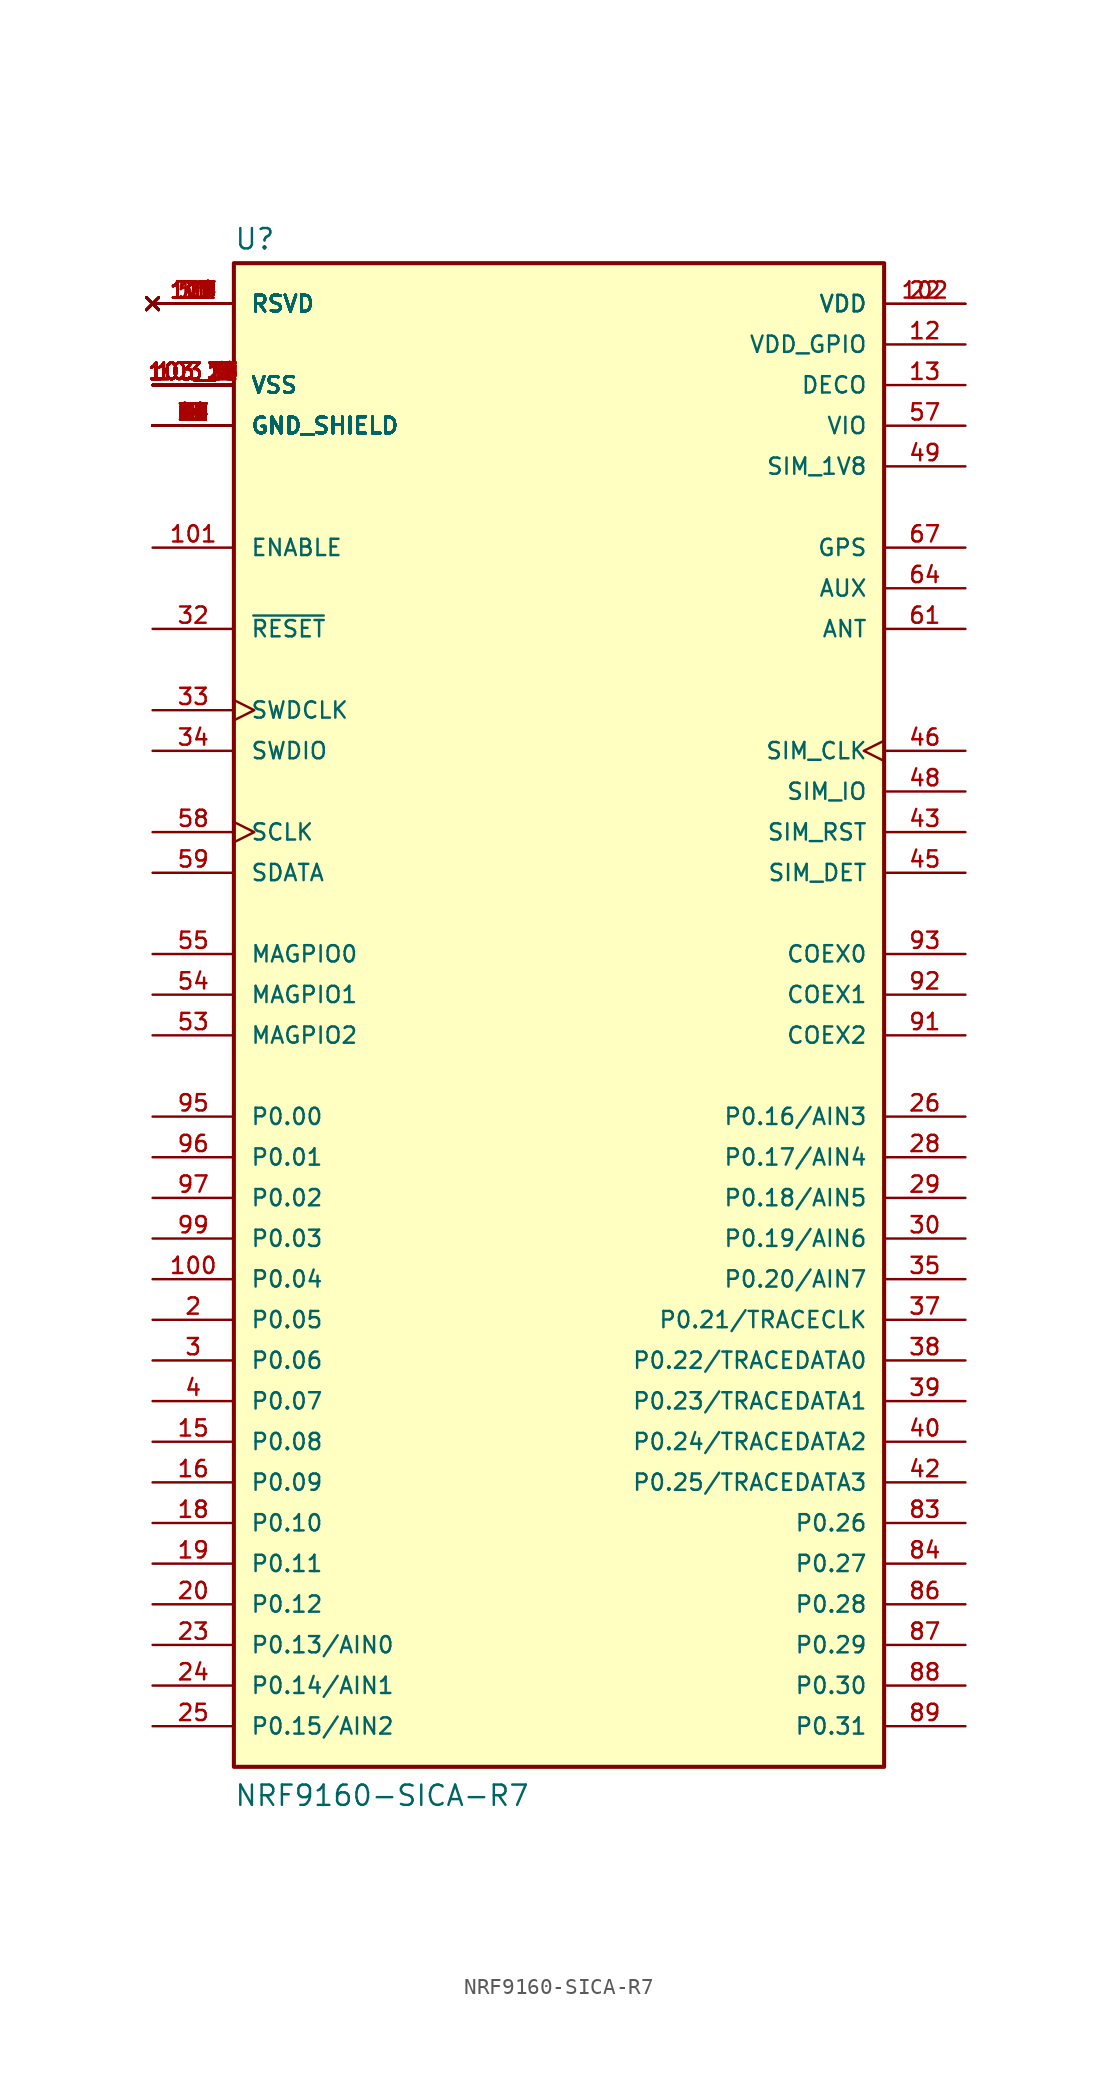
<source format=kicad_sym>
(kicad_symbol_lib
  (version 20211014)
  (generator kicad_symbol_editor)
  (symbol "NRF9160-SICA-R7"
    (pin_names
      (offset 1.016))
    (property "Reference" "U"
      (at 0 0.762 0)
      (effects (font (size 1.27 1.27)) (justify left bottom)))
    (property "Value" "NRF9160-SICA-R7"
      (at 0 -96.52 0)
      (effects (font (size 1.27 1.27)) (justify left bottom)))
    (symbol "NRF9160-SICA-R7_0_0"
      (rectangle (start 0 0) (end 40.64 -93.98) (stroke (width 0.254) (type default) (color 0 0 0 0)) (fill (type background)))
      (pin power_in line (at -5.08 -10.16 0) (length 5.08) (name "GND_SHIELD" (effects (font (size 1.016 1.016)))) (number "1" (effects (font (size 1.016 1.016)))))
      (pin no_connect line (at -5.08 -2.54 0) (length 5.08) (name "RSVD" (effects (font (size 1.016 1.016)))) (number "10" (effects (font (size 1.016 1.016)))))
      (pin bidirectional line (at -5.08 -63.5 0) (length 5.08) (name "P0.04" (effects (font (size 1.016 1.016)))) (number "100" (effects (font (size 1.016 1.016)))))
      (pin input line (at -5.08 -17.78 0) (length 5.08) (name "ENABLE" (effects (font (size 1.016 1.016)))) (number "101" (effects (font (size 1.016 1.016)))))
      (pin power_in line (at 45.72 -2.54 180) (length 5.08) (name "VDD" (effects (font (size 1.016 1.016)))) (number "102" (effects (font (size 1.016 1.016)))))
      (pin power_in line (at -5.08 -7.62 0) (length 5.08) (name "VSS" (effects (font (size 1.016 1.016)))) (number "103_1" (effects (font (size 1.016 1.016)))))
      (pin power_in line (at -5.08 -7.62 0) (length 5.08) (name "VSS" (effects (font (size 1.016 1.016)))) (number "103_10" (effects (font (size 1.016 1.016)))))
      (pin power_in line (at -5.08 -7.62 0) (length 5.08) (name "VSS" (effects (font (size 1.016 1.016)))) (number "103_11" (effects (font (size 1.016 1.016)))))
      (pin power_in line (at -5.08 -7.62 0) (length 5.08) (name "VSS" (effects (font (size 1.016 1.016)))) (number "103_12" (effects (font (size 1.016 1.016)))))
      (pin power_in line (at -5.08 -7.62 0) (length 5.08) (name "VSS" (effects (font (size 1.016 1.016)))) (number "103_13" (effects (font (size 1.016 1.016)))))
      (pin power_in line (at -5.08 -7.62 0) (length 5.08) (name "VSS" (effects (font (size 1.016 1.016)))) (number "103_14" (effects (font (size 1.016 1.016)))))
      (pin power_in line (at -5.08 -7.62 0) (length 5.08) (name "VSS" (effects (font (size 1.016 1.016)))) (number "103_15" (effects (font (size 1.016 1.016)))))
      (pin power_in line (at -5.08 -7.62 0) (length 5.08) (name "VSS" (effects (font (size 1.016 1.016)))) (number "103_16" (effects (font (size 1.016 1.016)))))
      (pin power_in line (at -5.08 -7.62 0) (length 5.08) (name "VSS" (effects (font (size 1.016 1.016)))) (number "103_17" (effects (font (size 1.016 1.016)))))
      (pin power_in line (at -5.08 -7.62 0) (length 5.08) (name "VSS" (effects (font (size 1.016 1.016)))) (number "103_18" (effects (font (size 1.016 1.016)))))
      (pin power_in line (at -5.08 -7.62 0) (length 5.08) (name "VSS" (effects (font (size 1.016 1.016)))) (number "103_19" (effects (font (size 1.016 1.016)))))
      (pin power_in line (at -5.08 -7.62 0) (length 5.08) (name "VSS" (effects (font (size 1.016 1.016)))) (number "103_2" (effects (font (size 1.016 1.016)))))
      (pin power_in line (at -5.08 -7.62 0) (length 5.08) (name "VSS" (effects (font (size 1.016 1.016)))) (number "103_20" (effects (font (size 1.016 1.016)))))
      (pin power_in line (at -5.08 -7.62 0) (length 5.08) (name "VSS" (effects (font (size 1.016 1.016)))) (number "103_21" (effects (font (size 1.016 1.016)))))
      (pin power_in line (at -5.08 -7.62 0) (length 5.08) (name "VSS" (effects (font (size 1.016 1.016)))) (number "103_22" (effects (font (size 1.016 1.016)))))
      (pin power_in line (at -5.08 -7.62 0) (length 5.08) (name "VSS" (effects (font (size 1.016 1.016)))) (number "103_23" (effects (font (size 1.016 1.016)))))
      (pin power_in line (at -5.08 -7.62 0) (length 5.08) (name "VSS" (effects (font (size 1.016 1.016)))) (number "103_24" (effects (font (size 1.016 1.016)))))
      (pin power_in line (at -5.08 -7.62 0) (length 5.08) (name "VSS" (effects (font (size 1.016 1.016)))) (number "103_25" (effects (font (size 1.016 1.016)))))
      (pin power_in line (at -5.08 -7.62 0) (length 5.08) (name "VSS" (effects (font (size 1.016 1.016)))) (number "103_26" (effects (font (size 1.016 1.016)))))
      (pin power_in line (at -5.08 -7.62 0) (length 5.08) (name "VSS" (effects (font (size 1.016 1.016)))) (number "103_27" (effects (font (size 1.016 1.016)))))
      (pin power_in line (at -5.08 -7.62 0) (length 5.08) (name "VSS" (effects (font (size 1.016 1.016)))) (number "103_28" (effects (font (size 1.016 1.016)))))
      (pin power_in line (at -5.08 -7.62 0) (length 5.08) (name "VSS" (effects (font (size 1.016 1.016)))) (number "103_29" (effects (font (size 1.016 1.016)))))
      (pin power_in line (at -5.08 -7.62 0) (length 5.08) (name "VSS" (effects (font (size 1.016 1.016)))) (number "103_3" (effects (font (size 1.016 1.016)))))
      (pin power_in line (at -5.08 -7.62 0) (length 5.08) (name "VSS" (effects (font (size 1.016 1.016)))) (number "103_30" (effects (font (size 1.016 1.016)))))
      (pin power_in line (at -5.08 -7.62 0) (length 5.08) (name "VSS" (effects (font (size 1.016 1.016)))) (number "103_31" (effects (font (size 1.016 1.016)))))
      (pin power_in line (at -5.08 -7.62 0) (length 5.08) (name "VSS" (effects (font (size 1.016 1.016)))) (number "103_32" (effects (font (size 1.016 1.016)))))
      (pin power_in line (at -5.08 -7.62 0) (length 5.08) (name "VSS" (effects (font (size 1.016 1.016)))) (number "103_33" (effects (font (size 1.016 1.016)))))
      (pin power_in line (at -5.08 -7.62 0) (length 5.08) (name "VSS" (effects (font (size 1.016 1.016)))) (number "103_34" (effects (font (size 1.016 1.016)))))
      (pin power_in line (at -5.08 -7.62 0) (length 5.08) (name "VSS" (effects (font (size 1.016 1.016)))) (number "103_35" (effects (font (size 1.016 1.016)))))
      (pin power_in line (at -5.08 -7.62 0) (length 5.08) (name "VSS" (effects (font (size 1.016 1.016)))) (number "103_4" (effects (font (size 1.016 1.016)))))
      (pin power_in line (at -5.08 -7.62 0) (length 5.08) (name "VSS" (effects (font (size 1.016 1.016)))) (number "103_5" (effects (font (size 1.016 1.016)))))
      (pin power_in line (at -5.08 -7.62 0) (length 5.08) (name "VSS" (effects (font (size 1.016 1.016)))) (number "103_6" (effects (font (size 1.016 1.016)))))
      (pin power_in line (at -5.08 -7.62 0) (length 5.08) (name "VSS" (effects (font (size 1.016 1.016)))) (number "103_7" (effects (font (size 1.016 1.016)))))
      (pin power_in line (at -5.08 -7.62 0) (length 5.08) (name "VSS" (effects (font (size 1.016 1.016)))) (number "103_8" (effects (font (size 1.016 1.016)))))
      (pin power_in line (at -5.08 -7.62 0) (length 5.08) (name "VSS" (effects (font (size 1.016 1.016)))) (number "103_9" (effects (font (size 1.016 1.016)))))
      (pin no_connect line (at -5.08 -2.54 0) (length 5.08) (name "RSVD" (effects (font (size 1.016 1.016)))) (number "104" (effects (font (size 1.016 1.016)))))
      (pin no_connect line (at -5.08 -2.54 0) (length 5.08) (name "RSVD" (effects (font (size 1.016 1.016)))) (number "105" (effects (font (size 1.016 1.016)))))
      (pin no_connect line (at -5.08 -2.54 0) (length 5.08) (name "RSVD" (effects (font (size 1.016 1.016)))) (number "106" (effects (font (size 1.016 1.016)))))
      (pin no_connect line (at -5.08 -2.54 0) (length 5.08) (name "RSVD" (effects (font (size 1.016 1.016)))) (number "107" (effects (font (size 1.016 1.016)))))
      (pin no_connect line (at -5.08 -2.54 0) (length 5.08) (name "RSVD" (effects (font (size 1.016 1.016)))) (number "108" (effects (font (size 1.016 1.016)))))
      (pin no_connect line (at -5.08 -2.54 0) (length 5.08) (name "RSVD" (effects (font (size 1.016 1.016)))) (number "109" (effects (font (size 1.016 1.016)))))
      (pin power_in line (at -5.08 -10.16 0) (length 5.08) (name "GND_SHIELD" (effects (font (size 1.016 1.016)))) (number "11" (effects (font (size 1.016 1.016)))))
      (pin no_connect line (at -5.08 -2.54 0) (length 5.08) (name "RSVD" (effects (font (size 1.016 1.016)))) (number "110" (effects (font (size 1.016 1.016)))))
      (pin no_connect line (at -5.08 -2.54 0) (length 5.08) (name "RSVD" (effects (font (size 1.016 1.016)))) (number "111" (effects (font (size 1.016 1.016)))))
      (pin no_connect line (at -5.08 -2.54 0) (length 5.08) (name "RSVD" (effects (font (size 1.016 1.016)))) (number "112" (effects (font (size 1.016 1.016)))))
      (pin no_connect line (at -5.08 -2.54 0) (length 5.08) (name "RSVD" (effects (font (size 1.016 1.016)))) (number "113" (effects (font (size 1.016 1.016)))))
      (pin no_connect line (at -5.08 -2.54 0) (length 5.08) (name "RSVD" (effects (font (size 1.016 1.016)))) (number "114" (effects (font (size 1.016 1.016)))))
      (pin no_connect line (at -5.08 -2.54 0) (length 5.08) (name "RSVD" (effects (font (size 1.016 1.016)))) (number "115" (effects (font (size 1.016 1.016)))))
      (pin no_connect line (at -5.08 -2.54 0) (length 5.08) (name "RSVD" (effects (font (size 1.016 1.016)))) (number "116" (effects (font (size 1.016 1.016)))))
      (pin no_connect line (at -5.08 -2.54 0) (length 5.08) (name "RSVD" (effects (font (size 1.016 1.016)))) (number "117" (effects (font (size 1.016 1.016)))))
      (pin no_connect line (at -5.08 -2.54 0) (length 5.08) (name "RSVD" (effects (font (size 1.016 1.016)))) (number "118" (effects (font (size 1.016 1.016)))))
      (pin no_connect line (at -5.08 -2.54 0) (length 5.08) (name "RSVD" (effects (font (size 1.016 1.016)))) (number "119" (effects (font (size 1.016 1.016)))))
      (pin power_in line (at 45.72 -5.08 180) (length 5.08) (name "VDD_GPIO" (effects (font (size 1.016 1.016)))) (number "12" (effects (font (size 1.016 1.016)))))
      (pin no_connect line (at -5.08 -2.54 0) (length 5.08) (name "RSVD" (effects (font (size 1.016 1.016)))) (number "120" (effects (font (size 1.016 1.016)))))
      (pin no_connect line (at -5.08 -2.54 0) (length 5.08) (name "RSVD" (effects (font (size 1.016 1.016)))) (number "121" (effects (font (size 1.016 1.016)))))
      (pin no_connect line (at -5.08 -2.54 0) (length 5.08) (name "RSVD" (effects (font (size 1.016 1.016)))) (number "122" (effects (font (size 1.016 1.016)))))
      (pin no_connect line (at -5.08 -2.54 0) (length 5.08) (name "RSVD" (effects (font (size 1.016 1.016)))) (number "123" (effects (font (size 1.016 1.016)))))
      (pin no_connect line (at -5.08 -2.54 0) (length 5.08) (name "RSVD" (effects (font (size 1.016 1.016)))) (number "124" (effects (font (size 1.016 1.016)))))
      (pin no_connect line (at -5.08 -2.54 0) (length 5.08) (name "RSVD" (effects (font (size 1.016 1.016)))) (number "125" (effects (font (size 1.016 1.016)))))
      (pin no_connect line (at -5.08 -2.54 0) (length 5.08) (name "RSVD" (effects (font (size 1.016 1.016)))) (number "126" (effects (font (size 1.016 1.016)))))
      (pin no_connect line (at -5.08 -2.54 0) (length 5.08) (name "RSVD" (effects (font (size 1.016 1.016)))) (number "127" (effects (font (size 1.016 1.016)))))
      (pin power_in line (at 45.72 -7.62 180) (length 5.08) (name "DECO" (effects (font (size 1.016 1.016)))) (number "13" (effects (font (size 1.016 1.016)))))
      (pin power_in line (at -5.08 -10.16 0) (length 5.08) (name "GND_SHIELD" (effects (font (size 1.016 1.016)))) (number "14" (effects (font (size 1.016 1.016)))))
      (pin bidirectional line (at -5.08 -73.66 0) (length 5.08) (name "P0.08" (effects (font (size 1.016 1.016)))) (number "15" (effects (font (size 1.016 1.016)))))
      (pin bidirectional line (at -5.08 -76.2 0) (length 5.08) (name "P0.09" (effects (font (size 1.016 1.016)))) (number "16" (effects (font (size 1.016 1.016)))))
      (pin power_in line (at -5.08 -10.16 0) (length 5.08) (name "GND_SHIELD" (effects (font (size 1.016 1.016)))) (number "17" (effects (font (size 1.016 1.016)))))
      (pin bidirectional line (at -5.08 -78.74 0) (length 5.08) (name "P0.10" (effects (font (size 1.016 1.016)))) (number "18" (effects (font (size 1.016 1.016)))))
      (pin bidirectional line (at -5.08 -81.28 0) (length 5.08) (name "P0.11" (effects (font (size 1.016 1.016)))) (number "19" (effects (font (size 1.016 1.016)))))
      (pin bidirectional line (at -5.08 -66.04 0) (length 5.08) (name "P0.05" (effects (font (size 1.016 1.016)))) (number "2" (effects (font (size 1.016 1.016)))))
      (pin bidirectional line (at -5.08 -83.82 0) (length 5.08) (name "P0.12" (effects (font (size 1.016 1.016)))) (number "20" (effects (font (size 1.016 1.016)))))
      (pin power_in line (at -5.08 -10.16 0) (length 5.08) (name "GND_SHIELD" (effects (font (size 1.016 1.016)))) (number "21" (effects (font (size 1.016 1.016)))))
      (pin power_in line (at 45.72 -2.54 180) (length 5.08) (name "VDD" (effects (font (size 1.016 1.016)))) (number "22" (effects (font (size 1.016 1.016)))))
      (pin bidirectional line (at -5.08 -86.36 0) (length 5.08) (name "P0.13/AIN0" (effects (font (size 1.016 1.016)))) (number "23" (effects (font (size 1.016 1.016)))))
      (pin bidirectional line (at -5.08 -88.9 0) (length 5.08) (name "P0.14/AIN1" (effects (font (size 1.016 1.016)))) (number "24" (effects (font (size 1.016 1.016)))))
      (pin bidirectional line (at -5.08 -91.44 0) (length 5.08) (name "P0.15/AIN2" (effects (font (size 1.016 1.016)))) (number "25" (effects (font (size 1.016 1.016)))))
      (pin bidirectional line (at 45.72 -53.34 180) (length 5.08) (name "P0.16/AIN3" (effects (font (size 1.016 1.016)))) (number "26" (effects (font (size 1.016 1.016)))))
      (pin power_in line (at -5.08 -10.16 0) (length 5.08) (name "GND_SHIELD" (effects (font (size 1.016 1.016)))) (number "27" (effects (font (size 1.016 1.016)))))
      (pin bidirectional line (at 45.72 -55.88 180) (length 5.08) (name "P0.17/AIN4" (effects (font (size 1.016 1.016)))) (number "28" (effects (font (size 1.016 1.016)))))
      (pin bidirectional line (at 45.72 -58.42 180) (length 5.08) (name "P0.18/AIN5" (effects (font (size 1.016 1.016)))) (number "29" (effects (font (size 1.016 1.016)))))
      (pin bidirectional line (at -5.08 -68.58 0) (length 5.08) (name "P0.06" (effects (font (size 1.016 1.016)))) (number "3" (effects (font (size 1.016 1.016)))))
      (pin bidirectional line (at 45.72 -60.96 180) (length 5.08) (name "P0.19/AIN6" (effects (font (size 1.016 1.016)))) (number "30" (effects (font (size 1.016 1.016)))))
      (pin power_in line (at -5.08 -10.16 0) (length 5.08) (name "GND_SHIELD" (effects (font (size 1.016 1.016)))) (number "31" (effects (font (size 1.016 1.016)))))
      (pin input line (at -5.08 -22.86 0) (length 5.08) (name "~{RESET}" (effects (font (size 1.016 1.016)))) (number "32" (effects (font (size 1.016 1.016)))))
      (pin input clock (at -5.08 -27.94 0) (length 5.08) (name "SWDCLK" (effects (font (size 1.016 1.016)))) (number "33" (effects (font (size 1.016 1.016)))))
      (pin bidirectional line (at -5.08 -30.48 0) (length 5.08) (name "SWDIO" (effects (font (size 1.016 1.016)))) (number "34" (effects (font (size 1.016 1.016)))))
      (pin bidirectional line (at 45.72 -63.5 180) (length 5.08) (name "P0.20/AIN7" (effects (font (size 1.016 1.016)))) (number "35" (effects (font (size 1.016 1.016)))))
      (pin power_in line (at -5.08 -10.16 0) (length 5.08) (name "GND_SHIELD" (effects (font (size 1.016 1.016)))) (number "36" (effects (font (size 1.016 1.016)))))
      (pin bidirectional line (at 45.72 -66.04 180) (length 5.08) (name "P0.21/TRACECLK" (effects (font (size 1.016 1.016)))) (number "37" (effects (font (size 1.016 1.016)))))
      (pin bidirectional line (at 45.72 -68.58 180) (length 5.08) (name "P0.22/TRACEDATA0" (effects (font (size 1.016 1.016)))) (number "38" (effects (font (size 1.016 1.016)))))
      (pin bidirectional line (at 45.72 -71.12 180) (length 5.08) (name "P0.23/TRACEDATA1" (effects (font (size 1.016 1.016)))) (number "39" (effects (font (size 1.016 1.016)))))
      (pin bidirectional line (at -5.08 -71.12 0) (length 5.08) (name "P0.07" (effects (font (size 1.016 1.016)))) (number "4" (effects (font (size 1.016 1.016)))))
      (pin bidirectional line (at 45.72 -73.66 180) (length 5.08) (name "P0.24/TRACEDATA2" (effects (font (size 1.016 1.016)))) (number "40" (effects (font (size 1.016 1.016)))))
      (pin power_in line (at -5.08 -10.16 0) (length 5.08) (name "GND_SHIELD" (effects (font (size 1.016 1.016)))) (number "41" (effects (font (size 1.016 1.016)))))
      (pin bidirectional line (at 45.72 -76.2 180) (length 5.08) (name "P0.25/TRACEDATA3" (effects (font (size 1.016 1.016)))) (number "42" (effects (font (size 1.016 1.016)))))
      (pin bidirectional line (at 45.72 -35.56 180) (length 5.08) (name "SIM_RST" (effects (font (size 1.016 1.016)))) (number "43" (effects (font (size 1.016 1.016)))))
      (pin power_in line (at -5.08 -10.16 0) (length 5.08) (name "GND_SHIELD" (effects (font (size 1.016 1.016)))) (number "44" (effects (font (size 1.016 1.016)))))
      (pin bidirectional line (at 45.72 -38.1 180) (length 5.08) (name "SIM_DET" (effects (font (size 1.016 1.016)))) (number "45" (effects (font (size 1.016 1.016)))))
      (pin bidirectional clock (at 45.72 -30.48 180) (length 5.08) (name "SIM_CLK" (effects (font (size 1.016 1.016)))) (number "46" (effects (font (size 1.016 1.016)))))
      (pin power_in line (at -5.08 -10.16 0) (length 5.08) (name "GND_SHIELD" (effects (font (size 1.016 1.016)))) (number "47" (effects (font (size 1.016 1.016)))))
      (pin bidirectional line (at 45.72 -33.02 180) (length 5.08) (name "SIM_IO" (effects (font (size 1.016 1.016)))) (number "48" (effects (font (size 1.016 1.016)))))
      (pin power_in line (at 45.72 -12.7 180) (length 5.08) (name "SIM_1V8" (effects (font (size 1.016 1.016)))) (number "49" (effects (font (size 1.016 1.016)))))
      (pin power_in line (at -5.08 -10.16 0) (length 5.08) (name "GND_SHIELD" (effects (font (size 1.016 1.016)))) (number "5" (effects (font (size 1.016 1.016)))))
      (pin power_in line (at -5.08 -10.16 0) (length 5.08) (name "GND_SHIELD" (effects (font (size 1.016 1.016)))) (number "50" (effects (font (size 1.016 1.016)))))
      (pin no_connect line (at -5.08 -2.54 0) (length 5.08) (name "RSVD" (effects (font (size 1.016 1.016)))) (number "51" (effects (font (size 1.016 1.016)))))
      (pin power_in line (at -5.08 -10.16 0) (length 5.08) (name "GND_SHIELD" (effects (font (size 1.016 1.016)))) (number "52" (effects (font (size 1.016 1.016)))))
      (pin bidirectional line (at -5.08 -48.26 0) (length 5.08) (name "MAGPIO2" (effects (font (size 1.016 1.016)))) (number "53" (effects (font (size 1.016 1.016)))))
      (pin bidirectional line (at -5.08 -45.72 0) (length 5.08) (name "MAGPIO1" (effects (font (size 1.016 1.016)))) (number "54" (effects (font (size 1.016 1.016)))))
      (pin bidirectional line (at -5.08 -43.18 0) (length 5.08) (name "MAGPIO0" (effects (font (size 1.016 1.016)))) (number "55" (effects (font (size 1.016 1.016)))))
      (pin power_in line (at -5.08 -10.16 0) (length 5.08) (name "GND_SHIELD" (effects (font (size 1.016 1.016)))) (number "56" (effects (font (size 1.016 1.016)))))
      (pin power_in line (at 45.72 -10.16 180) (length 5.08) (name "VIO" (effects (font (size 1.016 1.016)))) (number "57" (effects (font (size 1.016 1.016)))))
      (pin bidirectional clock (at -5.08 -35.56 0) (length 5.08) (name "SCLK" (effects (font (size 1.016 1.016)))) (number "58" (effects (font (size 1.016 1.016)))))
      (pin bidirectional line (at -5.08 -38.1 0) (length 5.08) (name "SDATA" (effects (font (size 1.016 1.016)))) (number "59" (effects (font (size 1.016 1.016)))))
      (pin power_in line (at -5.08 -10.16 0) (length 5.08) (name "GND_SHIELD" (effects (font (size 1.016 1.016)))) (number "6" (effects (font (size 1.016 1.016)))))
      (pin power_in line (at -5.08 -10.16 0) (length 5.08) (name "GND_SHIELD" (effects (font (size 1.016 1.016)))) (number "60" (effects (font (size 1.016 1.016)))))
      (pin bidirectional line (at 45.72 -22.86 180) (length 5.08) (name "ANT" (effects (font (size 1.016 1.016)))) (number "61" (effects (font (size 1.016 1.016)))))
      (pin power_in line (at -5.08 -10.16 0) (length 5.08) (name "GND_SHIELD" (effects (font (size 1.016 1.016)))) (number "62" (effects (font (size 1.016 1.016)))))
      (pin power_in line (at -5.08 -10.16 0) (length 5.08) (name "GND_SHIELD" (effects (font (size 1.016 1.016)))) (number "63" (effects (font (size 1.016 1.016)))))
      (pin output line (at 45.72 -20.32 180) (length 5.08) (name "AUX" (effects (font (size 1.016 1.016)))) (number "64" (effects (font (size 1.016 1.016)))))
      (pin power_in line (at -5.08 -10.16 0) (length 5.08) (name "GND_SHIELD" (effects (font (size 1.016 1.016)))) (number "65" (effects (font (size 1.016 1.016)))))
      (pin power_in line (at -5.08 -10.16 0) (length 5.08) (name "GND_SHIELD" (effects (font (size 1.016 1.016)))) (number "66" (effects (font (size 1.016 1.016)))))
      (pin input line (at 45.72 -17.78 180) (length 5.08) (name "GPS" (effects (font (size 1.016 1.016)))) (number "67" (effects (font (size 1.016 1.016)))))
      (pin power_in line (at -5.08 -10.16 0) (length 5.08) (name "GND_SHIELD" (effects (font (size 1.016 1.016)))) (number "68" (effects (font (size 1.016 1.016)))))
      (pin power_in line (at -5.08 -10.16 0) (length 5.08) (name "GND_SHIELD" (effects (font (size 1.016 1.016)))) (number "69" (effects (font (size 1.016 1.016)))))
      (pin power_in line (at -5.08 -10.16 0) (length 5.08) (name "GND_SHIELD" (effects (font (size 1.016 1.016)))) (number "7" (effects (font (size 1.016 1.016)))))
      (pin no_connect line (at -5.08 -2.54 0) (length 5.08) (name "RSVD" (effects (font (size 1.016 1.016)))) (number "70" (effects (font (size 1.016 1.016)))))
      (pin no_connect line (at -5.08 -2.54 0) (length 5.08) (name "RSVD" (effects (font (size 1.016 1.016)))) (number "71" (effects (font (size 1.016 1.016)))))
      (pin power_in line (at -5.08 -10.16 0) (length 5.08) (name "GND_SHIELD" (effects (font (size 1.016 1.016)))) (number "72" (effects (font (size 1.016 1.016)))))
      (pin no_connect line (at -5.08 -2.54 0) (length 5.08) (name "RSVD" (effects (font (size 1.016 1.016)))) (number "73" (effects (font (size 1.016 1.016)))))
      (pin power_in line (at -5.08 -10.16 0) (length 5.08) (name "GND_SHIELD" (effects (font (size 1.016 1.016)))) (number "74" (effects (font (size 1.016 1.016)))))
      (pin power_in line (at -5.08 -10.16 0) (length 5.08) (name "GND_SHIELD" (effects (font (size 1.016 1.016)))) (number "75" (effects (font (size 1.016 1.016)))))
      (pin power_in line (at -5.08 -10.16 0) (length 5.08) (name "GND_SHIELD" (effects (font (size 1.016 1.016)))) (number "76" (effects (font (size 1.016 1.016)))))
      (pin power_in line (at -5.08 -10.16 0) (length 5.08) (name "GND_SHIELD" (effects (font (size 1.016 1.016)))) (number "77" (effects (font (size 1.016 1.016)))))
      (pin power_in line (at -5.08 -10.16 0) (length 5.08) (name "GND_SHIELD" (effects (font (size 1.016 1.016)))) (number "78" (effects (font (size 1.016 1.016)))))
      (pin power_in line (at -5.08 -10.16 0) (length 5.08) (name "GND_SHIELD" (effects (font (size 1.016 1.016)))) (number "79" (effects (font (size 1.016 1.016)))))
      (pin power_in line (at -5.08 -10.16 0) (length 5.08) (name "GND_SHIELD" (effects (font (size 1.016 1.016)))) (number "8" (effects (font (size 1.016 1.016)))))
      (pin power_in line (at -5.08 -10.16 0) (length 5.08) (name "GND_SHIELD" (effects (font (size 1.016 1.016)))) (number "80" (effects (font (size 1.016 1.016)))))
      (pin power_in line (at -5.08 -10.16 0) (length 5.08) (name "GND_SHIELD" (effects (font (size 1.016 1.016)))) (number "81" (effects (font (size 1.016 1.016)))))
      (pin power_in line (at -5.08 -10.16 0) (length 5.08) (name "GND_SHIELD" (effects (font (size 1.016 1.016)))) (number "82" (effects (font (size 1.016 1.016)))))
      (pin bidirectional line (at 45.72 -78.74 180) (length 5.08) (name "P0.26" (effects (font (size 1.016 1.016)))) (number "83" (effects (font (size 1.016 1.016)))))
      (pin bidirectional line (at 45.72 -81.28 180) (length 5.08) (name "P0.27" (effects (font (size 1.016 1.016)))) (number "84" (effects (font (size 1.016 1.016)))))
      (pin power_in line (at -5.08 -10.16 0) (length 5.08) (name "GND_SHIELD" (effects (font (size 1.016 1.016)))) (number "85" (effects (font (size 1.016 1.016)))))
      (pin bidirectional line (at 45.72 -83.82 180) (length 5.08) (name "P0.28" (effects (font (size 1.016 1.016)))) (number "86" (effects (font (size 1.016 1.016)))))
      (pin bidirectional line (at 45.72 -86.36 180) (length 5.08) (name "P0.29" (effects (font (size 1.016 1.016)))) (number "87" (effects (font (size 1.016 1.016)))))
      (pin bidirectional line (at 45.72 -88.9 180) (length 5.08) (name "P0.30" (effects (font (size 1.016 1.016)))) (number "88" (effects (font (size 1.016 1.016)))))
      (pin bidirectional line (at 45.72 -91.44 180) (length 5.08) (name "P0.31" (effects (font (size 1.016 1.016)))) (number "89" (effects (font (size 1.016 1.016)))))
      (pin power_in line (at -5.08 -10.16 0) (length 5.08) (name "GND_SHIELD" (effects (font (size 1.016 1.016)))) (number "9" (effects (font (size 1.016 1.016)))))
      (pin power_in line (at -5.08 -10.16 0) (length 5.08) (name "GND_SHIELD" (effects (font (size 1.016 1.016)))) (number "90" (effects (font (size 1.016 1.016)))))
      (pin bidirectional line (at 45.72 -48.26 180) (length 5.08) (name "COEX2" (effects (font (size 1.016 1.016)))) (number "91" (effects (font (size 1.016 1.016)))))
      (pin bidirectional line (at 45.72 -45.72 180) (length 5.08) (name "COEX1" (effects (font (size 1.016 1.016)))) (number "92" (effects (font (size 1.016 1.016)))))
      (pin bidirectional line (at 45.72 -43.18 180) (length 5.08) (name "COEX0" (effects (font (size 1.016 1.016)))) (number "93" (effects (font (size 1.016 1.016)))))
      (pin power_in line (at -5.08 -10.16 0) (length 5.08) (name "GND_SHIELD" (effects (font (size 1.016 1.016)))) (number "94" (effects (font (size 1.016 1.016)))))
      (pin bidirectional line (at -5.08 -53.34 0) (length 5.08) (name "P0.00" (effects (font (size 1.016 1.016)))) (number "95" (effects (font (size 1.016 1.016)))))
      (pin bidirectional line (at -5.08 -55.88 0) (length 5.08) (name "P0.01" (effects (font (size 1.016 1.016)))) (number "96" (effects (font (size 1.016 1.016)))))
      (pin bidirectional line (at -5.08 -58.42 0) (length 5.08) (name "P0.02" (effects (font (size 1.016 1.016)))) (number "97" (effects (font (size 1.016 1.016)))))
      (pin power_in line (at -5.08 -10.16 0) (length 5.08) (name "GND_SHIELD" (effects (font (size 1.016 1.016)))) (number "98" (effects (font (size 1.016 1.016)))))
      (pin bidirectional line (at -5.08 -60.96 0) (length 5.08) (name "P0.03" (effects (font (size 1.016 1.016)))) (number "99" (effects (font (size 1.016 1.016))))))))
</source>
